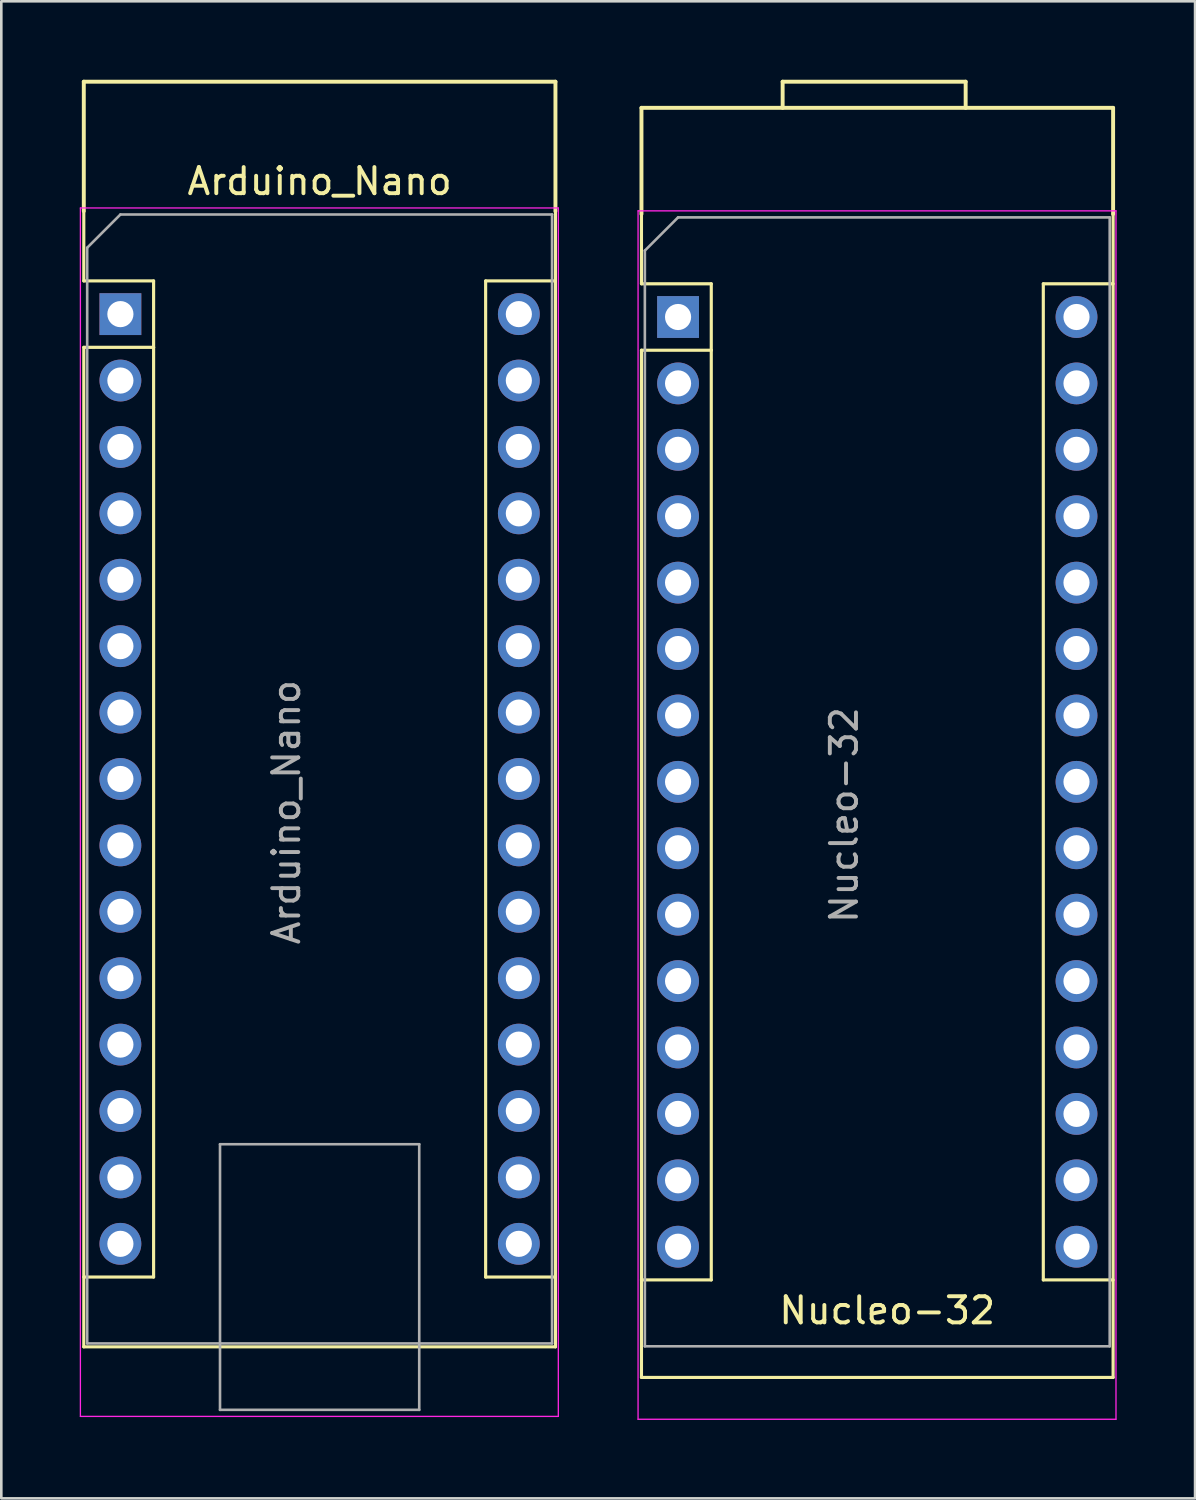
<source format=kicad_pcb>
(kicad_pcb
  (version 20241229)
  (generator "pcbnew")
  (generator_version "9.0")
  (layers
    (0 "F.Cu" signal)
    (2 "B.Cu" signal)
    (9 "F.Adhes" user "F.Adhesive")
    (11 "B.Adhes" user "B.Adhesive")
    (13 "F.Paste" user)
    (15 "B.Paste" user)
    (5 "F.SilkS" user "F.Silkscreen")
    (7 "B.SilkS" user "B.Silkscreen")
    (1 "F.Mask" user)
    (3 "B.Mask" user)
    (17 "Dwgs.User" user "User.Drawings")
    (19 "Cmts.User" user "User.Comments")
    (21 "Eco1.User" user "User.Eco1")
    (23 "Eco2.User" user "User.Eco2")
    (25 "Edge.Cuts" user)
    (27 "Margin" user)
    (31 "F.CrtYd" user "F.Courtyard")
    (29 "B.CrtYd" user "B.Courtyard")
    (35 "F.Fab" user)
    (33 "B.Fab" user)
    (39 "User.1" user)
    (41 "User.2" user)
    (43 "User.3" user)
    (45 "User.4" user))
  (footprint "Nucleo-32"
    (layer "F.Cu")
    (at 22.885 9.075)
    (property "Reference" "Nucleo-32" (at 8 38 0) (layer "F.SilkS") (effects (font (size 1 1) (thickness 0.15))))
    (attr through_hole)
    (fp_line (start -1.4 -3.94) (end -1.4 -8) (stroke (width 0.15) (type solid)) (layer "F.SilkS"))
    (fp_line (start -1.4 -3.94) (end -1.4 -1.27) (stroke (width 0.12) (type solid)) (layer "F.SilkS"))
    (fp_line (start -1.4 1.27) (end -1.4 40.56) (stroke (width 0.12) (type solid)) (layer "F.SilkS"))
    (fp_line (start -1.4 40.56) (end 16.64 40.56) (stroke (width 0.12) (type solid)) (layer "F.SilkS"))
    (fp_line (start 1.27 -1.27) (end -1.4 -1.27) (stroke (width 0.12) (type solid)) (layer "F.SilkS"))
    (fp_line (start 1.27 1.27) (end -1.4 1.27) (stroke (width 0.12) (type solid)) (layer "F.SilkS"))
    (fp_line (start 1.27 1.27) (end 1.27 -1.27) (stroke (width 0.12) (type solid)) (layer "F.SilkS"))
    (fp_line (start 1.27 1.27) (end 1.27 36.83) (stroke (width 0.12) (type solid)) (layer "F.SilkS"))
    (fp_line (start 1.27 36.83) (end -1.4 36.83) (stroke (width 0.12) (type solid)) (layer "F.SilkS"))
    (fp_line (start 4 -8) (end 4 -9) (stroke (width 0.15) (type solid)) (layer "F.SilkS"))
    (fp_line (start 11 -9) (end 4 -9) (stroke (width 0.15) (type solid)) (layer "F.SilkS"))
    (fp_line (start 11 -8) (end 11 -9) (stroke (width 0.15) (type solid)) (layer "F.SilkS"))
    (fp_line (start 13.97 -1.27) (end 13.97 36.83) (stroke (width 0.12) (type solid)) (layer "F.SilkS"))
    (fp_line (start 13.97 -1.27) (end 16.64 -1.27) (stroke (width 0.12) (type solid)) (layer "F.SilkS"))
    (fp_line (start 13.97 36.83) (end 16.64 36.83) (stroke (width 0.12) (type solid)) (layer "F.SilkS"))
    (fp_line (start 16.64 -8) (end -1.4 -8) (stroke (width 0.15) (type solid)) (layer "F.SilkS"))
    (fp_line (start 16.64 -3.94) (end 16.64 -8) (stroke (width 0.15) (type solid)) (layer "F.SilkS"))
    (fp_line (start 16.64 40.56) (end 16.64 -3.94) (stroke (width 0.12) (type solid)) (layer "F.SilkS"))
    (fp_line (start -1.53 -4.06) (end -1.53 42.16) (stroke (width 0.05) (type solid)) (layer "F.CrtYd"))
    (fp_line (start -1.53 -4.06) (end 16.75 -4.06) (stroke (width 0.05) (type solid)) (layer "F.CrtYd"))
    (fp_line (start 16.75 42.16) (end -1.53 42.16) (stroke (width 0.05) (type solid)) (layer "F.CrtYd"))
    (fp_line (start 16.75 42.16) (end 16.75 -4.06) (stroke (width 0.05) (type solid)) (layer "F.CrtYd"))
    (fp_line (start -1.27 -2.54) (end 0 -3.81) (stroke (width 0.1) (type solid)) (layer "F.Fab"))
    (fp_line (start -1.27 39.37) (end -1.27 -2.54) (stroke (width 0.1) (type solid)) (layer "F.Fab"))
    (fp_line (start 0 -3.81) (end 16.51 -3.81) (stroke (width 0.1) (type solid)) (layer "F.Fab"))
    (fp_line (start 16.51 -3.81) (end 16.51 39.37) (stroke (width 0.1) (type solid)) (layer "F.Fab"))
    (fp_line (start 16.51 39.37) (end -1.27 39.37) (stroke (width 0.1) (type solid)) (layer "F.Fab"))
    (fp_text user "${REFERENCE}" (at 6.35 19.05 90) (layer "F.Fab") (effects (font (size 1 1) (thickness 0.15))))
    (pad "1" thru_hole rect (at 0 0) (size 1.6 1.6) (drill 1) (layers "*.Cu" "*.Mask"))
    (pad "2" thru_hole oval (at 0 2.54) (size 1.6 1.6) (drill 1) (layers "*.Cu" "*.Mask"))
    (pad "3" thru_hole oval (at 0 5.08) (size 1.6 1.6) (drill 1) (layers "*.Cu" "*.Mask"))
    (pad "4" thru_hole oval (at 0 7.62) (size 1.6 1.6) (drill 1) (layers "*.Cu" "*.Mask"))
    (pad "5" thru_hole oval (at 0 10.16) (size 1.6 1.6) (drill 1) (layers "*.Cu" "*.Mask"))
    (pad "6" thru_hole oval (at 0 12.7) (size 1.6 1.6) (drill 1) (layers "*.Cu" "*.Mask"))
    (pad "7" thru_hole oval (at 0 15.24) (size 1.6 1.6) (drill 1) (layers "*.Cu" "*.Mask"))
    (pad "8" thru_hole oval (at 0 17.78) (size 1.6 1.6) (drill 1) (layers "*.Cu" "*.Mask"))
    (pad "9" thru_hole oval (at 0 20.32) (size 1.6 1.6) (drill 1) (layers "*.Cu" "*.Mask"))
    (pad "10" thru_hole oval (at 0 22.86) (size 1.6 1.6) (drill 1) (layers "*.Cu" "*.Mask"))
    (pad "11" thru_hole oval (at 0 25.4) (size 1.6 1.6) (drill 1) (layers "*.Cu" "*.Mask"))
    (pad "12" thru_hole oval (at 0 27.94) (size 1.6 1.6) (drill 1) (layers "*.Cu" "*.Mask"))
    (pad "13" thru_hole oval (at 0 30.48) (size 1.6 1.6) (drill 1) (layers "*.Cu" "*.Mask"))
    (pad "14" thru_hole oval (at 0 33.02) (size 1.6 1.6) (drill 1) (layers "*.Cu" "*.Mask"))
    (pad "15" thru_hole oval (at 0 35.56) (size 1.6 1.6) (drill 1) (layers "*.Cu" "*.Mask"))
    (pad "16" thru_hole oval (at 15.24 35.56) (size 1.6 1.6) (drill 1) (layers "*.Cu" "*.Mask"))
    (pad "17" thru_hole oval (at 15.24 33.02) (size 1.6 1.6) (drill 1) (layers "*.Cu" "*.Mask"))
    (pad "18" thru_hole oval (at 15.24 30.48) (size 1.6 1.6) (drill 1) (layers "*.Cu" "*.Mask"))
    (pad "19" thru_hole oval (at 15.24 27.94) (size 1.6 1.6) (drill 1) (layers "*.Cu" "*.Mask"))
    (pad "20" thru_hole oval (at 15.24 25.4) (size 1.6 1.6) (drill 1) (layers "*.Cu" "*.Mask"))
    (pad "21" thru_hole oval (at 15.24 22.86) (size 1.6 1.6) (drill 1) (layers "*.Cu" "*.Mask"))
    (pad "22" thru_hole oval (at 15.24 20.32) (size 1.6 1.6) (drill 1) (layers "*.Cu" "*.Mask"))
    (pad "23" thru_hole oval (at 15.24 17.78) (size 1.6 1.6) (drill 1) (layers "*.Cu" "*.Mask"))
    (pad "24" thru_hole oval (at 15.24 15.24) (size 1.6 1.6) (drill 1) (layers "*.Cu" "*.Mask"))
    (pad "25" thru_hole oval (at 15.24 12.7) (size 1.6 1.6) (drill 1) (layers "*.Cu" "*.Mask"))
    (pad "26" thru_hole oval (at 15.24 10.16) (size 1.6 1.6) (drill 1) (layers "*.Cu" "*.Mask"))
    (pad "27" thru_hole oval (at 15.24 7.62) (size 1.6 1.6) (drill 1) (layers "*.Cu" "*.Mask"))
    (pad "28" thru_hole oval (at 15.24 5.08) (size 1.6 1.6) (drill 1) (layers "*.Cu" "*.Mask"))
    (pad "29" thru_hole oval (at 15.24 2.54) (size 1.6 1.6) (drill 1) (layers "*.Cu" "*.Mask"))
    (pad "30" thru_hole oval (at 15.24 0) (size 1.6 1.6) (drill 1) (layers "*.Cu" "*.Mask")))
  (footprint "Arduino_Nano"
    (layer "F.Cu")
    (at 1.555 8.965)
    (property "Reference" "Arduino_Nano" (at 7.62 -5.08 0) (layer "F.SilkS") (effects (font (size 1 1) (thickness 0.15))))
    (attr through_hole)
    (fp_line (start -1.4 -3.94) (end -1.4 -8.89) (stroke (width 0.15) (type solid)) (layer "F.SilkS"))
    (fp_line (start -1.4 -3.94) (end -1.4 -1.27) (stroke (width 0.12) (type solid)) (layer "F.SilkS"))
    (fp_line (start -1.4 1.27) (end -1.4 39.5) (stroke (width 0.12) (type solid)) (layer "F.SilkS"))
    (fp_line (start -1.4 39.5) (end 16.64 39.5) (stroke (width 0.12) (type solid)) (layer "F.SilkS"))
    (fp_line (start 1.27 -1.27) (end -1.4 -1.27) (stroke (width 0.12) (type solid)) (layer "F.SilkS"))
    (fp_line (start 1.27 1.27) (end -1.4 1.27) (stroke (width 0.12) (type solid)) (layer "F.SilkS"))
    (fp_line (start 1.27 1.27) (end 1.27 -1.27) (stroke (width 0.12) (type solid)) (layer "F.SilkS"))
    (fp_line (start 1.27 1.27) (end 1.27 36.83) (stroke (width 0.12) (type solid)) (layer "F.SilkS"))
    (fp_line (start 1.27 36.83) (end -1.4 36.83) (stroke (width 0.12) (type solid)) (layer "F.SilkS"))
    (fp_line (start 13.97 -1.27) (end 13.97 36.83) (stroke (width 0.12) (type solid)) (layer "F.SilkS"))
    (fp_line (start 13.97 -1.27) (end 16.64 -1.27) (stroke (width 0.12) (type solid)) (layer "F.SilkS"))
    (fp_line (start 13.97 36.83) (end 16.64 36.83) (stroke (width 0.12) (type solid)) (layer "F.SilkS"))
    (fp_line (start 16.64 -8.89) (end -1.4 -8.89) (stroke (width 0.15) (type solid)) (layer "F.SilkS"))
    (fp_line (start 16.64 -3.94) (end 16.64 -8.89) (stroke (width 0.15) (type solid)) (layer "F.SilkS"))
    (fp_line (start 16.64 39.5) (end 16.64 -3.94) (stroke (width 0.12) (type solid)) (layer "F.SilkS"))
    (fp_line (start -1.53 -4.06) (end -1.53 42.16) (stroke (width 0.05) (type solid)) (layer "F.CrtYd"))
    (fp_line (start -1.53 -4.06) (end 16.75 -4.06) (stroke (width 0.05) (type solid)) (layer "F.CrtYd"))
    (fp_line (start 16.75 42.16) (end -1.53 42.16) (stroke (width 0.05) (type solid)) (layer "F.CrtYd"))
    (fp_line (start 16.75 42.16) (end 16.75 -4.06) (stroke (width 0.05) (type solid)) (layer "F.CrtYd"))
    (fp_line (start -1.27 -2.54) (end 0 -3.81) (stroke (width 0.1) (type solid)) (layer "F.Fab"))
    (fp_line (start -1.27 39.37) (end -1.27 -2.54) (stroke (width 0.1) (type solid)) (layer "F.Fab"))
    (fp_line (start 0 -3.81) (end 16.51 -3.81) (stroke (width 0.1) (type solid)) (layer "F.Fab"))
    (fp_line (start 3.81 31.75) (end 11.43 31.75) (stroke (width 0.1) (type solid)) (layer "F.Fab"))
    (fp_line (start 3.81 41.91) (end 3.81 31.75) (stroke (width 0.1) (type solid)) (layer "F.Fab"))
    (fp_line (start 11.43 31.75) (end 11.43 41.91) (stroke (width 0.1) (type solid)) (layer "F.Fab"))
    (fp_line (start 11.43 41.91) (end 3.81 41.91) (stroke (width 0.1) (type solid)) (layer "F.Fab"))
    (fp_line (start 16.51 -3.81) (end 16.51 39.37) (stroke (width 0.1) (type solid)) (layer "F.Fab"))
    (fp_line (start 16.51 39.37) (end -1.27 39.37) (stroke (width 0.1) (type solid)) (layer "F.Fab"))
    (fp_text user "${REFERENCE}" (at 6.35 19.05 90) (layer "F.Fab") (effects (font (size 1 1) (thickness 0.15))))
    (pad "1" thru_hole rect (at 0 0) (size 1.6 1.6) (drill 1) (layers "*.Cu" "*.Mask"))
    (pad "2" thru_hole oval (at 0 2.54) (size 1.6 1.6) (drill 1) (layers "*.Cu" "*.Mask"))
    (pad "3" thru_hole oval (at 0 5.08) (size 1.6 1.6) (drill 1) (layers "*.Cu" "*.Mask"))
    (pad "4" thru_hole oval (at 0 7.62) (size 1.6 1.6) (drill 1) (layers "*.Cu" "*.Mask"))
    (pad "5" thru_hole oval (at 0 10.16) (size 1.6 1.6) (drill 1) (layers "*.Cu" "*.Mask"))
    (pad "6" thru_hole oval (at 0 12.7) (size 1.6 1.6) (drill 1) (layers "*.Cu" "*.Mask"))
    (pad "7" thru_hole oval (at 0 15.24) (size 1.6 1.6) (drill 1) (layers "*.Cu" "*.Mask"))
    (pad "8" thru_hole oval (at 0 17.78) (size 1.6 1.6) (drill 1) (layers "*.Cu" "*.Mask"))
    (pad "9" thru_hole oval (at 0 20.32) (size 1.6 1.6) (drill 1) (layers "*.Cu" "*.Mask"))
    (pad "10" thru_hole oval (at 0 22.86) (size 1.6 1.6) (drill 1) (layers "*.Cu" "*.Mask"))
    (pad "11" thru_hole oval (at 0 25.4) (size 1.6 1.6) (drill 1) (layers "*.Cu" "*.Mask"))
    (pad "12" thru_hole oval (at 0 27.94) (size 1.6 1.6) (drill 1) (layers "*.Cu" "*.Mask"))
    (pad "13" thru_hole oval (at 0 30.48) (size 1.6 1.6) (drill 1) (layers "*.Cu" "*.Mask"))
    (pad "14" thru_hole oval (at 0 33.02) (size 1.6 1.6) (drill 1) (layers "*.Cu" "*.Mask"))
    (pad "15" thru_hole oval (at 0 35.56) (size 1.6 1.6) (drill 1) (layers "*.Cu" "*.Mask"))
    (pad "16" thru_hole oval (at 15.24 35.56) (size 1.6 1.6) (drill 1) (layers "*.Cu" "*.Mask"))
    (pad "17" thru_hole oval (at 15.24 33.02) (size 1.6 1.6) (drill 1) (layers "*.Cu" "*.Mask"))
    (pad "18" thru_hole oval (at 15.24 30.48) (size 1.6 1.6) (drill 1) (layers "*.Cu" "*.Mask"))
    (pad "19" thru_hole oval (at 15.24 27.94) (size 1.6 1.6) (drill 1) (layers "*.Cu" "*.Mask"))
    (pad "20" thru_hole oval (at 15.24 25.4) (size 1.6 1.6) (drill 1) (layers "*.Cu" "*.Mask"))
    (pad "21" thru_hole oval (at 15.24 22.86) (size 1.6 1.6) (drill 1) (layers "*.Cu" "*.Mask"))
    (pad "22" thru_hole oval (at 15.24 20.32) (size 1.6 1.6) (drill 1) (layers "*.Cu" "*.Mask"))
    (pad "23" thru_hole oval (at 15.24 17.78) (size 1.6 1.6) (drill 1) (layers "*.Cu" "*.Mask"))
    (pad "24" thru_hole oval (at 15.24 15.24) (size 1.6 1.6) (drill 1) (layers "*.Cu" "*.Mask"))
    (pad "25" thru_hole oval (at 15.24 12.7) (size 1.6 1.6) (drill 1) (layers "*.Cu" "*.Mask"))
    (pad "26" thru_hole oval (at 15.24 10.16) (size 1.6 1.6) (drill 1) (layers "*.Cu" "*.Mask"))
    (pad "27" thru_hole oval (at 15.24 7.62) (size 1.6 1.6) (drill 1) (layers "*.Cu" "*.Mask"))
    (pad "28" thru_hole oval (at 15.24 5.08) (size 1.6 1.6) (drill 1) (layers "*.Cu" "*.Mask"))
    (pad "29" thru_hole oval (at 15.24 2.54) (size 1.6 1.6) (drill 1) (layers "*.Cu" "*.Mask"))
    (pad "30" thru_hole oval (at 15.24 0) (size 1.6 1.6) (drill 1) (layers "*.Cu" "*.Mask")))
  (gr_rect
    (start -3 -3)
    (end 42.66 54.26)
    (stroke (width 0.1) (type default))
    (fill no)
    (layer "Edge.Cuts")))
</source>
